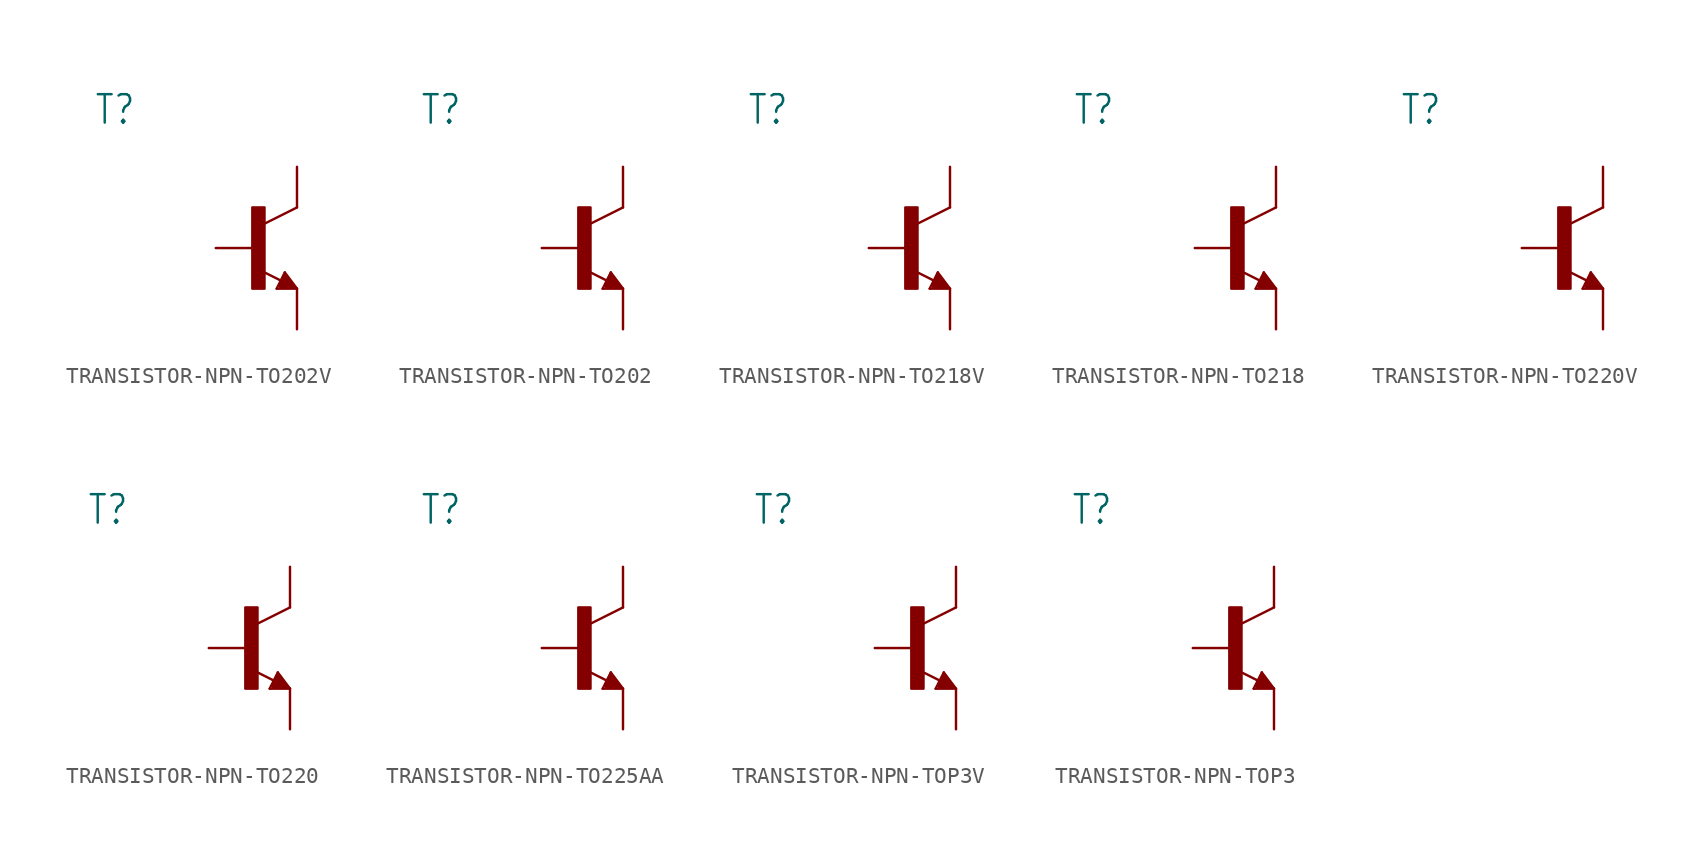
<source format=kicad_sym>
(kicad_symbol_lib
  (version 20231120)
  (generator "kicad_symbol_editor")
  (generator_version "8.0")
  (symbol "TRANSISTOR-NPN-TO202V"
    (property "Reference" "T"
      (at -10.16 7.62 0)
      (effects (font (size 1.778 1.511)) (justify left bottom)))
    (property "Value" ""
      (at -10.16 5.08 0)
      (effects (font (size 1.778 1.511)) (justify left bottom)))
    (property "ki_locked" ""
      (at 0 0 0)
      (effects (font (size 1.27 1.27))))
    (symbol "TRANSISTOR-NPN-TO202V_1_0"
      (rectangle (start -0.254 -2.54) (end 0.508 2.54) (stroke (width 0) (type default)) (fill (type outline)))
      (polyline (pts (xy 1.27 -2.54) (xy 1.778 -1.524)) (stroke (width 0.152) (type solid)) (fill (type none)))
      (polyline (pts (xy 1.524 -2.413) (xy 2.286 -2.413)) (stroke (width 0.254) (type solid)) (fill (type none)))
      (polyline (pts (xy 1.524 -2.286) (xy 1.905 -2.286)) (stroke (width 0.254) (type solid)) (fill (type none)))
      (polyline (pts (xy 1.54 -2.04) (xy 0.308 -1.424)) (stroke (width 0.152) (type solid)) (fill (type none)))
      (polyline (pts (xy 1.778 -1.778) (xy 1.524 -2.286)) (stroke (width 0.254) (type solid)) (fill (type none)))
      (polyline (pts (xy 1.778 -1.524) (xy 2.54 -2.54)) (stroke (width 0.152) (type solid)) (fill (type none)))
      (polyline (pts (xy 1.905 -2.286) (xy 1.778 -2.032)) (stroke (width 0.254) (type solid)) (fill (type none)))
      (polyline (pts (xy 2.286 -2.413) (xy 1.778 -1.778)) (stroke (width 0.254) (type solid)) (fill (type none)))
      (polyline (pts (xy 2.54 -2.54) (xy 1.27 -2.54)) (stroke (width 0.152) (type solid)) (fill (type none)))
      (polyline (pts (xy 2.54 2.54) (xy 0.508 1.524)) (stroke (width 0.152) (type solid)) (fill (type none)))
      (pin passive line (at 2.54 -5.08 90) (length 2.54) (name "E" (effects (font (size 0 0)))) (number "1" (effects (font (size 0 0)))))
      (pin passive line (at 2.54 5.08 270) (length 2.54) (name "C" (effects (font (size 0 0)))) (number "2" (effects (font (size 0 0)))))
      (pin passive line (at -2.54 0 0) (length 2.54) (name "B" (effects (font (size 0 0)))) (number "3" (effects (font (size 0 0)))))))
  (symbol "TRANSISTOR-NPN-TO202"
    (property "Reference" "T"
      (at -10.16 7.62 0)
      (effects (font (size 1.778 1.511)) (justify left bottom)))
    (property "Value" ""
      (at -10.16 5.08 0)
      (effects (font (size 1.778 1.511)) (justify left bottom)))
    (property "ki_locked" ""
      (at 0 0 0)
      (effects (font (size 1.27 1.27))))
    (symbol "TRANSISTOR-NPN-TO202_1_0"
      (rectangle (start -0.254 -2.54) (end 0.508 2.54) (stroke (width 0) (type default)) (fill (type outline)))
      (polyline (pts (xy 1.27 -2.54) (xy 1.778 -1.524)) (stroke (width 0.152) (type solid)) (fill (type none)))
      (polyline (pts (xy 1.524 -2.413) (xy 2.286 -2.413)) (stroke (width 0.254) (type solid)) (fill (type none)))
      (polyline (pts (xy 1.524 -2.286) (xy 1.905 -2.286)) (stroke (width 0.254) (type solid)) (fill (type none)))
      (polyline (pts (xy 1.54 -2.04) (xy 0.308 -1.424)) (stroke (width 0.152) (type solid)) (fill (type none)))
      (polyline (pts (xy 1.778 -1.778) (xy 1.524 -2.286)) (stroke (width 0.254) (type solid)) (fill (type none)))
      (polyline (pts (xy 1.778 -1.524) (xy 2.54 -2.54)) (stroke (width 0.152) (type solid)) (fill (type none)))
      (polyline (pts (xy 1.905 -2.286) (xy 1.778 -2.032)) (stroke (width 0.254) (type solid)) (fill (type none)))
      (polyline (pts (xy 2.286 -2.413) (xy 1.778 -1.778)) (stroke (width 0.254) (type solid)) (fill (type none)))
      (polyline (pts (xy 2.54 -2.54) (xy 1.27 -2.54)) (stroke (width 0.152) (type solid)) (fill (type none)))
      (polyline (pts (xy 2.54 2.54) (xy 0.508 1.524)) (stroke (width 0.152) (type solid)) (fill (type none)))
      (pin passive line (at 2.54 -5.08 90) (length 2.54) (name "E" (effects (font (size 0 0)))) (number "1" (effects (font (size 0 0)))))
      (pin passive line (at 2.54 5.08 270) (length 2.54) (name "C" (effects (font (size 0 0)))) (number "2" (effects (font (size 0 0)))))
      (pin passive line (at -2.54 0 0) (length 2.54) (name "B" (effects (font (size 0 0)))) (number "3" (effects (font (size 0 0)))))))
  (symbol "TRANSISTOR-NPN-TO218V"
    (property "Reference" "T"
      (at -10.16 7.62 0)
      (effects (font (size 1.778 1.511)) (justify left bottom)))
    (property "Value" ""
      (at -10.16 5.08 0)
      (effects (font (size 1.778 1.511)) (justify left bottom)))
    (property "ki_locked" ""
      (at 0 0 0)
      (effects (font (size 1.27 1.27))))
    (symbol "TRANSISTOR-NPN-TO218V_1_0"
      (rectangle (start -0.254 -2.54) (end 0.508 2.54) (stroke (width 0) (type default)) (fill (type outline)))
      (polyline (pts (xy 1.27 -2.54) (xy 1.778 -1.524)) (stroke (width 0.152) (type solid)) (fill (type none)))
      (polyline (pts (xy 1.524 -2.413) (xy 2.286 -2.413)) (stroke (width 0.254) (type solid)) (fill (type none)))
      (polyline (pts (xy 1.524 -2.286) (xy 1.905 -2.286)) (stroke (width 0.254) (type solid)) (fill (type none)))
      (polyline (pts (xy 1.54 -2.04) (xy 0.308 -1.424)) (stroke (width 0.152) (type solid)) (fill (type none)))
      (polyline (pts (xy 1.778 -1.778) (xy 1.524 -2.286)) (stroke (width 0.254) (type solid)) (fill (type none)))
      (polyline (pts (xy 1.778 -1.524) (xy 2.54 -2.54)) (stroke (width 0.152) (type solid)) (fill (type none)))
      (polyline (pts (xy 1.905 -2.286) (xy 1.778 -2.032)) (stroke (width 0.254) (type solid)) (fill (type none)))
      (polyline (pts (xy 2.286 -2.413) (xy 1.778 -1.778)) (stroke (width 0.254) (type solid)) (fill (type none)))
      (polyline (pts (xy 2.54 -2.54) (xy 1.27 -2.54)) (stroke (width 0.152) (type solid)) (fill (type none)))
      (polyline (pts (xy 2.54 2.54) (xy 0.508 1.524)) (stroke (width 0.152) (type solid)) (fill (type none)))
      (pin passive line (at -2.54 0 0) (length 2.54) (name "B" (effects (font (size 0 0)))) (number "1" (effects (font (size 0 0)))))
      (pin passive line (at 2.54 5.08 270) (length 2.54) (name "C" (effects (font (size 0 0)))) (number "2" (effects (font (size 0 0)))))
      (pin passive line (at 2.54 -5.08 90) (length 2.54) (name "E" (effects (font (size 0 0)))) (number "3" (effects (font (size 0 0)))))))
  (symbol "TRANSISTOR-NPN-TO218"
    (property "Reference" "T"
      (at -10.16 7.62 0)
      (effects (font (size 1.778 1.511)) (justify left bottom)))
    (property "Value" ""
      (at -10.16 5.08 0)
      (effects (font (size 1.778 1.511)) (justify left bottom)))
    (property "ki_locked" ""
      (at 0 0 0)
      (effects (font (size 1.27 1.27))))
    (symbol "TRANSISTOR-NPN-TO218_1_0"
      (rectangle (start -0.254 -2.54) (end 0.508 2.54) (stroke (width 0) (type default)) (fill (type outline)))
      (polyline (pts (xy 1.27 -2.54) (xy 1.778 -1.524)) (stroke (width 0.152) (type solid)) (fill (type none)))
      (polyline (pts (xy 1.524 -2.413) (xy 2.286 -2.413)) (stroke (width 0.254) (type solid)) (fill (type none)))
      (polyline (pts (xy 1.524 -2.286) (xy 1.905 -2.286)) (stroke (width 0.254) (type solid)) (fill (type none)))
      (polyline (pts (xy 1.54 -2.04) (xy 0.308 -1.424)) (stroke (width 0.152) (type solid)) (fill (type none)))
      (polyline (pts (xy 1.778 -1.778) (xy 1.524 -2.286)) (stroke (width 0.254) (type solid)) (fill (type none)))
      (polyline (pts (xy 1.778 -1.524) (xy 2.54 -2.54)) (stroke (width 0.152) (type solid)) (fill (type none)))
      (polyline (pts (xy 1.905 -2.286) (xy 1.778 -2.032)) (stroke (width 0.254) (type solid)) (fill (type none)))
      (polyline (pts (xy 2.286 -2.413) (xy 1.778 -1.778)) (stroke (width 0.254) (type solid)) (fill (type none)))
      (polyline (pts (xy 2.54 -2.54) (xy 1.27 -2.54)) (stroke (width 0.152) (type solid)) (fill (type none)))
      (polyline (pts (xy 2.54 2.54) (xy 0.508 1.524)) (stroke (width 0.152) (type solid)) (fill (type none)))
      (pin passive line (at -2.54 0 0) (length 2.54) (name "B" (effects (font (size 0 0)))) (number "1" (effects (font (size 0 0)))))
      (pin passive line (at 2.54 5.08 270) (length 2.54) (name "C" (effects (font (size 0 0)))) (number "2" (effects (font (size 0 0)))))
      (pin passive line (at 2.54 -5.08 90) (length 2.54) (name "E" (effects (font (size 0 0)))) (number "3" (effects (font (size 0 0)))))))
  (symbol "TRANSISTOR-NPN-TO220V"
    (property "Reference" "T"
      (at -10.16 7.62 0)
      (effects (font (size 1.778 1.511)) (justify left bottom)))
    (property "Value" ""
      (at -10.16 5.08 0)
      (effects (font (size 1.778 1.511)) (justify left bottom)))
    (property "ki_locked" ""
      (at 0 0 0)
      (effects (font (size 1.27 1.27))))
    (symbol "TRANSISTOR-NPN-TO220V_1_0"
      (rectangle (start -0.254 -2.54) (end 0.508 2.54) (stroke (width 0) (type default)) (fill (type outline)))
      (polyline (pts (xy 1.27 -2.54) (xy 1.778 -1.524)) (stroke (width 0.152) (type solid)) (fill (type none)))
      (polyline (pts (xy 1.524 -2.413) (xy 2.286 -2.413)) (stroke (width 0.254) (type solid)) (fill (type none)))
      (polyline (pts (xy 1.524 -2.286) (xy 1.905 -2.286)) (stroke (width 0.254) (type solid)) (fill (type none)))
      (polyline (pts (xy 1.54 -2.04) (xy 0.308 -1.424)) (stroke (width 0.152) (type solid)) (fill (type none)))
      (polyline (pts (xy 1.778 -1.778) (xy 1.524 -2.286)) (stroke (width 0.254) (type solid)) (fill (type none)))
      (polyline (pts (xy 1.778 -1.524) (xy 2.54 -2.54)) (stroke (width 0.152) (type solid)) (fill (type none)))
      (polyline (pts (xy 1.905 -2.286) (xy 1.778 -2.032)) (stroke (width 0.254) (type solid)) (fill (type none)))
      (polyline (pts (xy 2.286 -2.413) (xy 1.778 -1.778)) (stroke (width 0.254) (type solid)) (fill (type none)))
      (polyline (pts (xy 2.54 -2.54) (xy 1.27 -2.54)) (stroke (width 0.152) (type solid)) (fill (type none)))
      (polyline (pts (xy 2.54 2.54) (xy 0.508 1.524)) (stroke (width 0.152) (type solid)) (fill (type none)))
      (pin passive line (at -2.54 0 0) (length 2.54) (name "B" (effects (font (size 0 0)))) (number "1" (effects (font (size 0 0)))))
      (pin passive line (at 2.54 5.08 270) (length 2.54) (name "C" (effects (font (size 0 0)))) (number "2" (effects (font (size 0 0)))))
      (pin passive line (at 2.54 -5.08 90) (length 2.54) (name "E" (effects (font (size 0 0)))) (number "3" (effects (font (size 0 0)))))))
  (symbol "TRANSISTOR-NPN-TO220"
    (property "Reference" "T"
      (at -10.16 7.62 0)
      (effects (font (size 1.778 1.511)) (justify left bottom)))
    (property "Value" ""
      (at -10.16 5.08 0)
      (effects (font (size 1.778 1.511)) (justify left bottom)))
    (property "ki_locked" ""
      (at 0 0 0)
      (effects (font (size 1.27 1.27))))
    (symbol "TRANSISTOR-NPN-TO220_1_0"
      (rectangle (start -0.254 -2.54) (end 0.508 2.54) (stroke (width 0) (type default)) (fill (type outline)))
      (polyline (pts (xy 1.27 -2.54) (xy 1.778 -1.524)) (stroke (width 0.152) (type solid)) (fill (type none)))
      (polyline (pts (xy 1.524 -2.413) (xy 2.286 -2.413)) (stroke (width 0.254) (type solid)) (fill (type none)))
      (polyline (pts (xy 1.524 -2.286) (xy 1.905 -2.286)) (stroke (width 0.254) (type solid)) (fill (type none)))
      (polyline (pts (xy 1.54 -2.04) (xy 0.308 -1.424)) (stroke (width 0.152) (type solid)) (fill (type none)))
      (polyline (pts (xy 1.778 -1.778) (xy 1.524 -2.286)) (stroke (width 0.254) (type solid)) (fill (type none)))
      (polyline (pts (xy 1.778 -1.524) (xy 2.54 -2.54)) (stroke (width 0.152) (type solid)) (fill (type none)))
      (polyline (pts (xy 1.905 -2.286) (xy 1.778 -2.032)) (stroke (width 0.254) (type solid)) (fill (type none)))
      (polyline (pts (xy 2.286 -2.413) (xy 1.778 -1.778)) (stroke (width 0.254) (type solid)) (fill (type none)))
      (polyline (pts (xy 2.54 -2.54) (xy 1.27 -2.54)) (stroke (width 0.152) (type solid)) (fill (type none)))
      (polyline (pts (xy 2.54 2.54) (xy 0.508 1.524)) (stroke (width 0.152) (type solid)) (fill (type none)))
      (pin passive line (at -2.54 0 0) (length 2.54) (name "B" (effects (font (size 0 0)))) (number "1" (effects (font (size 0 0)))))
      (pin passive line (at 2.54 5.08 270) (length 2.54) (name "C" (effects (font (size 0 0)))) (number "2" (effects (font (size 0 0)))))
      (pin passive line (at 2.54 -5.08 90) (length 2.54) (name "E" (effects (font (size 0 0)))) (number "3" (effects (font (size 0 0)))))))
  (symbol "TRANSISTOR-NPN-TO225AA"
    (property "Reference" "T"
      (at -10.16 7.62 0)
      (effects (font (size 1.778 1.511)) (justify left bottom)))
    (property "Value" ""
      (at -10.16 5.08 0)
      (effects (font (size 1.778 1.511)) (justify left bottom)))
    (property "ki_locked" ""
      (at 0 0 0)
      (effects (font (size 1.27 1.27))))
    (symbol "TRANSISTOR-NPN-TO225AA_1_0"
      (rectangle (start -0.254 -2.54) (end 0.508 2.54) (stroke (width 0) (type default)) (fill (type outline)))
      (polyline (pts (xy 1.27 -2.54) (xy 1.778 -1.524)) (stroke (width 0.152) (type solid)) (fill (type none)))
      (polyline (pts (xy 1.524 -2.413) (xy 2.286 -2.413)) (stroke (width 0.254) (type solid)) (fill (type none)))
      (polyline (pts (xy 1.524 -2.286) (xy 1.905 -2.286)) (stroke (width 0.254) (type solid)) (fill (type none)))
      (polyline (pts (xy 1.54 -2.04) (xy 0.308 -1.424)) (stroke (width 0.152) (type solid)) (fill (type none)))
      (polyline (pts (xy 1.778 -1.778) (xy 1.524 -2.286)) (stroke (width 0.254) (type solid)) (fill (type none)))
      (polyline (pts (xy 1.778 -1.524) (xy 2.54 -2.54)) (stroke (width 0.152) (type solid)) (fill (type none)))
      (polyline (pts (xy 1.905 -2.286) (xy 1.778 -2.032)) (stroke (width 0.254) (type solid)) (fill (type none)))
      (polyline (pts (xy 2.286 -2.413) (xy 1.778 -1.778)) (stroke (width 0.254) (type solid)) (fill (type none)))
      (polyline (pts (xy 2.54 -2.54) (xy 1.27 -2.54)) (stroke (width 0.152) (type solid)) (fill (type none)))
      (polyline (pts (xy 2.54 2.54) (xy 0.508 1.524)) (stroke (width 0.152) (type solid)) (fill (type none)))
      (pin passive line (at -2.54 0 0) (length 2.54) (name "B" (effects (font (size 0 0)))) (number "1" (effects (font (size 0 0)))))
      (pin passive line (at 2.54 5.08 270) (length 2.54) (name "C" (effects (font (size 0 0)))) (number "2" (effects (font (size 0 0)))))
      (pin passive line (at 2.54 -5.08 90) (length 2.54) (name "E" (effects (font (size 0 0)))) (number "3" (effects (font (size 0 0)))))))
  (symbol "TRANSISTOR-NPN-TOP3V"
    (property "Reference" "T"
      (at -10.16 7.62 0)
      (effects (font (size 1.778 1.511)) (justify left bottom)))
    (property "Value" ""
      (at -10.16 5.08 0)
      (effects (font (size 1.778 1.511)) (justify left bottom)))
    (property "ki_locked" ""
      (at 0 0 0)
      (effects (font (size 1.27 1.27))))
    (symbol "TRANSISTOR-NPN-TOP3V_1_0"
      (rectangle (start -0.254 -2.54) (end 0.508 2.54) (stroke (width 0) (type default)) (fill (type outline)))
      (polyline (pts (xy 1.27 -2.54) (xy 1.778 -1.524)) (stroke (width 0.152) (type solid)) (fill (type none)))
      (polyline (pts (xy 1.524 -2.413) (xy 2.286 -2.413)) (stroke (width 0.254) (type solid)) (fill (type none)))
      (polyline (pts (xy 1.524 -2.286) (xy 1.905 -2.286)) (stroke (width 0.254) (type solid)) (fill (type none)))
      (polyline (pts (xy 1.54 -2.04) (xy 0.308 -1.424)) (stroke (width 0.152) (type solid)) (fill (type none)))
      (polyline (pts (xy 1.778 -1.778) (xy 1.524 -2.286)) (stroke (width 0.254) (type solid)) (fill (type none)))
      (polyline (pts (xy 1.778 -1.524) (xy 2.54 -2.54)) (stroke (width 0.152) (type solid)) (fill (type none)))
      (polyline (pts (xy 1.905 -2.286) (xy 1.778 -2.032)) (stroke (width 0.254) (type solid)) (fill (type none)))
      (polyline (pts (xy 2.286 -2.413) (xy 1.778 -1.778)) (stroke (width 0.254) (type solid)) (fill (type none)))
      (polyline (pts (xy 2.54 -2.54) (xy 1.27 -2.54)) (stroke (width 0.152) (type solid)) (fill (type none)))
      (polyline (pts (xy 2.54 2.54) (xy 0.508 1.524)) (stroke (width 0.152) (type solid)) (fill (type none)))
      (pin passive line (at -2.54 0 0) (length 2.54) (name "B" (effects (font (size 0 0)))) (number "B" (effects (font (size 0 0)))))
      (pin passive line (at 2.54 5.08 270) (length 2.54) (name "C" (effects (font (size 0 0)))) (number "C" (effects (font (size 0 0)))))
      (pin passive line (at 2.54 -5.08 90) (length 2.54) (name "E" (effects (font (size 0 0)))) (number "E" (effects (font (size 0 0)))))))
  (symbol "TRANSISTOR-NPN-TOP3"
    (property "Reference" "T"
      (at -10.16 7.62 0)
      (effects (font (size 1.778 1.511)) (justify left bottom)))
    (property "Value" ""
      (at -10.16 5.08 0)
      (effects (font (size 1.778 1.511)) (justify left bottom)))
    (property "ki_locked" ""
      (at 0 0 0)
      (effects (font (size 1.27 1.27))))
    (symbol "TRANSISTOR-NPN-TOP3_1_0"
      (rectangle (start -0.254 -2.54) (end 0.508 2.54) (stroke (width 0) (type default)) (fill (type outline)))
      (polyline (pts (xy 1.27 -2.54) (xy 1.778 -1.524)) (stroke (width 0.152) (type solid)) (fill (type none)))
      (polyline (pts (xy 1.524 -2.413) (xy 2.286 -2.413)) (stroke (width 0.254) (type solid)) (fill (type none)))
      (polyline (pts (xy 1.524 -2.286) (xy 1.905 -2.286)) (stroke (width 0.254) (type solid)) (fill (type none)))
      (polyline (pts (xy 1.54 -2.04) (xy 0.308 -1.424)) (stroke (width 0.152) (type solid)) (fill (type none)))
      (polyline (pts (xy 1.778 -1.778) (xy 1.524 -2.286)) (stroke (width 0.254) (type solid)) (fill (type none)))
      (polyline (pts (xy 1.778 -1.524) (xy 2.54 -2.54)) (stroke (width 0.152) (type solid)) (fill (type none)))
      (polyline (pts (xy 1.905 -2.286) (xy 1.778 -2.032)) (stroke (width 0.254) (type solid)) (fill (type none)))
      (polyline (pts (xy 2.286 -2.413) (xy 1.778 -1.778)) (stroke (width 0.254) (type solid)) (fill (type none)))
      (polyline (pts (xy 2.54 -2.54) (xy 1.27 -2.54)) (stroke (width 0.152) (type solid)) (fill (type none)))
      (polyline (pts (xy 2.54 2.54) (xy 0.508 1.524)) (stroke (width 0.152) (type solid)) (fill (type none)))
      (pin passive line (at -2.54 0 0) (length 2.54) (name "B" (effects (font (size 0 0)))) (number "1" (effects (font (size 0 0)))))
      (pin passive line (at 2.54 5.08 270) (length 2.54) (name "C" (effects (font (size 0 0)))) (number "2" (effects (font (size 0 0)))))
      (pin passive line (at 2.54 -5.08 90) (length 2.54) (name "E" (effects (font (size 0 0)))) (number "3" (effects (font (size 0 0))))))))
</source>
